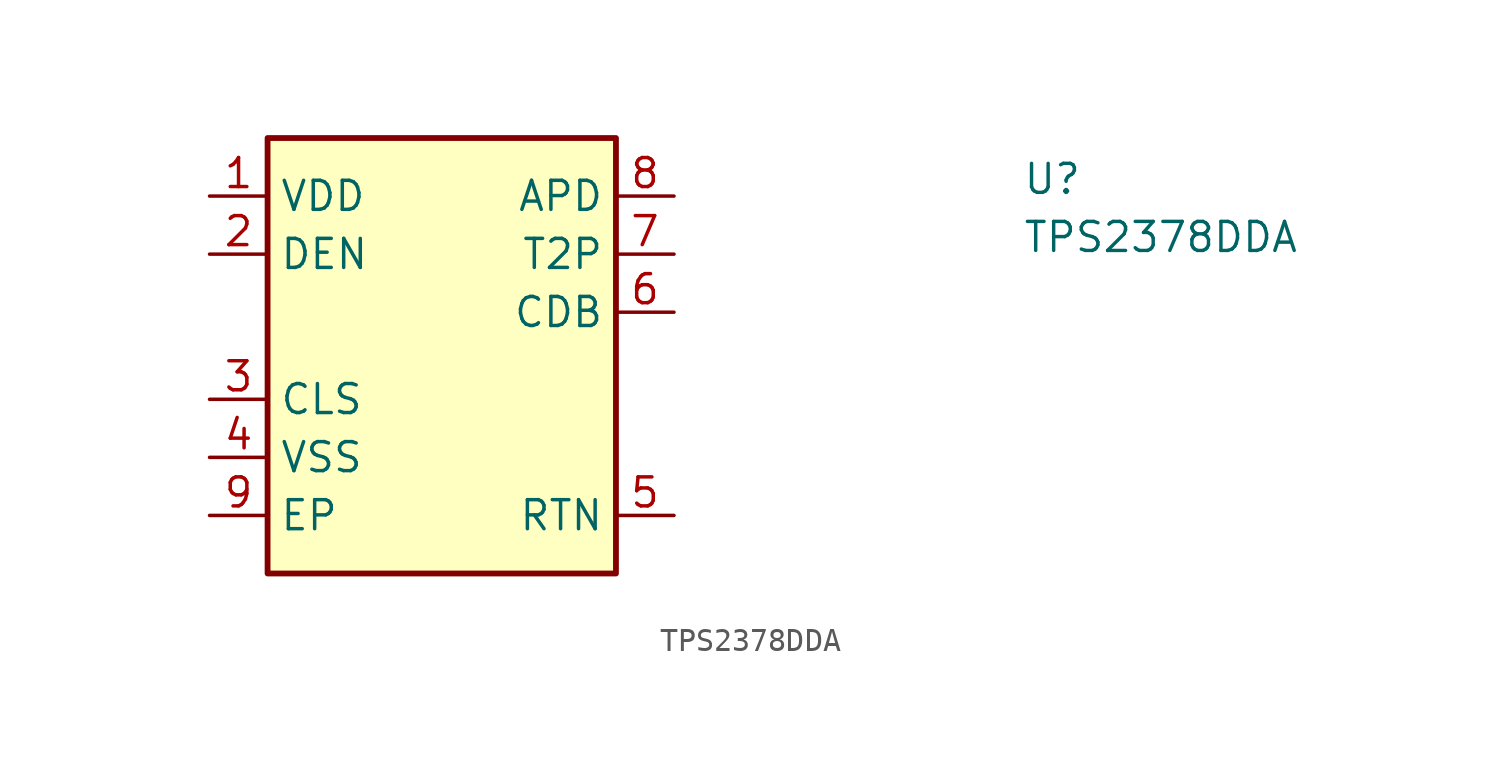
<source format=kicad_sym>
(kicad_symbol_lib
  (version 20211014)
  (generator kicad_symbol_editor)
  (symbol "TPS2378DDA"
    (property "Reference" "U"
      (at 35.56 0 0)
      (effects (font (size 1.27 1.27) (thickness 0.15)) (justify left bottom)))
    (property "Value" "TPS2378DDA"
      (at 35.56 -2.54 0)
      (effects (font (size 1.27 1.27) (thickness 0.15)) (justify left bottom)))
    (symbol "TPS2378DDA_1_1"
      (polyline (pts (xy 2.54 2.54) (xy 17.78 2.54) (xy 17.78 -16.51) (xy 2.54 -16.51) (xy 2.54 2.54)) (stroke (width 0.254) (type default) (color 0 0 0 0)) (fill (type background)))
      (pin power_in line (at 0 0 0) (length 2.54) (name "VDD" (effects (font (size 1.27 1.27)))) (number "1" (effects (font (size 1.27 1.27)))))
      (pin passive line (at 0 -2.54 0) (length 2.54) (name "DEN" (effects (font (size 1.27 1.27)))) (number "2" (effects (font (size 1.27 1.27)))))
      (pin passive line (at 0 -8.89 0) (length 2.54) (name "CLS" (effects (font (size 1.27 1.27)))) (number "3" (effects (font (size 1.27 1.27)))))
      (pin power_in line (at 0 -11.43 0) (length 2.54) (name "VSS" (effects (font (size 1.27 1.27)))) (number "4" (effects (font (size 1.27 1.27)))))
      (pin passive line (at 20.32 -13.97 180) (length 2.54) (name "RTN" (effects (font (size 1.27 1.27)))) (number "5" (effects (font (size 1.27 1.27)))))
      (pin passive line (at 20.32 -5.08 180) (length 2.54) (name "CDB" (effects (font (size 1.27 1.27)))) (number "6" (effects (font (size 1.27 1.27)))))
      (pin passive line (at 20.32 -2.54 180) (length 2.54) (name "T2P" (effects (font (size 1.27 1.27)))) (number "7" (effects (font (size 1.27 1.27)))))
      (pin passive line (at 20.32 0 180) (length 2.54) (name "APD" (effects (font (size 1.27 1.27)))) (number "8" (effects (font (size 1.27 1.27)))))
      (pin power_in line (at 0 -13.97 0) (length 2.54) (name "EP" (effects (font (size 1.27 1.27)))) (number "9" (effects (font (size 1.27 1.27))))))))
</source>
